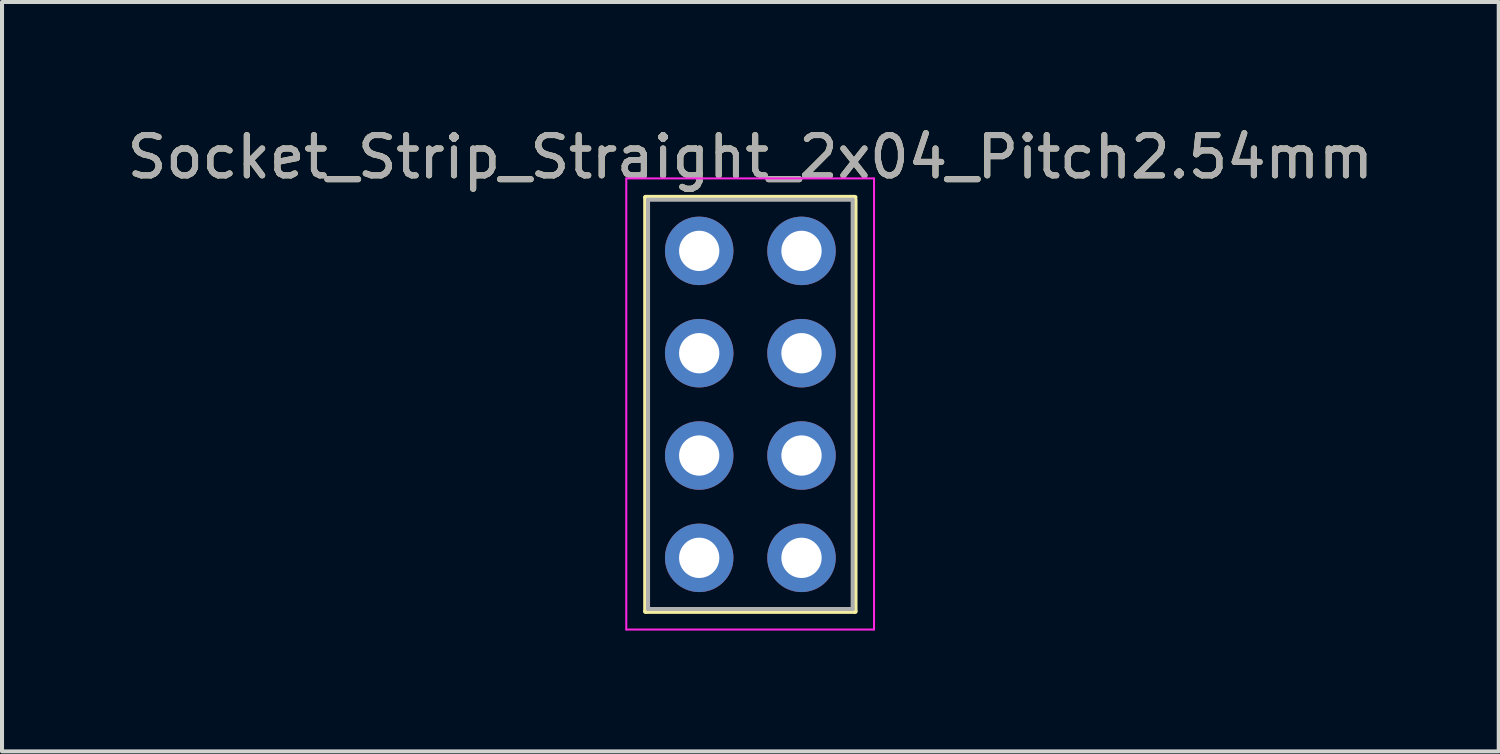
<source format=kicad_pcb>
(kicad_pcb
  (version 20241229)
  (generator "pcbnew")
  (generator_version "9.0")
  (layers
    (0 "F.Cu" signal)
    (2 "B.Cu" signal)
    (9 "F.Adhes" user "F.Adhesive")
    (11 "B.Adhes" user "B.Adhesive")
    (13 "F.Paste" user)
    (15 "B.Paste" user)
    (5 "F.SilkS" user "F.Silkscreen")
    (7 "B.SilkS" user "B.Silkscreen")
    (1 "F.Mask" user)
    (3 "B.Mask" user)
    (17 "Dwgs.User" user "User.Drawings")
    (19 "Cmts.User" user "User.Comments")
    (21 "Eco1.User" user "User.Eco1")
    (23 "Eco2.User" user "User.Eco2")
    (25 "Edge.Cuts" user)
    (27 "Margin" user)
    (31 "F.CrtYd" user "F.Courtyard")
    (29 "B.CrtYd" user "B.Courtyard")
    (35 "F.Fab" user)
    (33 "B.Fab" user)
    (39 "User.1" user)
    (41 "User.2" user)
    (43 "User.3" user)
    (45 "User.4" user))
  (footprint "Socket_Strip_Straight_2x04_Pitch2.54mm"
    (layer "F.Cu")
    (at 16.847 3.178)
    (property "Reference" "Socket_Strip_Straight_2x04_Pitch2.54mm" (at -1.27 -2.33 0) (layer "F.SilkS") (effects (font (size 1 1) (thickness 0.15))))
    (attr through_hole)
    (fp_line (start -3.87 -1.33) (end 1.33 -1.33) (stroke (width 0.12) (type solid)) (layer "F.SilkS"))
    (fp_line (start -3.87 8.95) (end -3.87 -1.33) (stroke (width 0.12) (type solid)) (layer "F.SilkS"))
    (fp_line (start 1.33 -1.27) (end 1.33 8.95) (stroke (width 0.12) (type solid)) (layer "F.SilkS"))
    (fp_line (start 1.33 8.95) (end -3.87 8.95) (stroke (width 0.12) (type solid)) (layer "F.SilkS"))
    (fp_line (start -4.35 -1.8) (end -4.35 9.4) (stroke (width 0.05) (type solid)) (layer "F.CrtYd"))
    (fp_line (start -4.35 9.4) (end 1.8 9.4) (stroke (width 0.05) (type solid)) (layer "F.CrtYd"))
    (fp_line (start 1.8 -1.8) (end -4.35 -1.8) (stroke (width 0.05) (type solid)) (layer "F.CrtYd"))
    (fp_line (start 1.8 9.4) (end 1.8 -1.8) (stroke (width 0.05) (type solid)) (layer "F.CrtYd"))
    (fp_line (start -3.81 -1.27) (end -3.81 8.89) (stroke (width 0.1) (type solid)) (layer "F.Fab"))
    (fp_line (start -3.81 8.89) (end 1.27 8.89) (stroke (width 0.1) (type solid)) (layer "F.Fab"))
    (fp_line (start 1.27 -1.27) (end -3.81 -1.27) (stroke (width 0.1) (type solid)) (layer "F.Fab"))
    (fp_line (start 1.27 8.89) (end 1.27 -1.27) (stroke (width 0.1) (type solid)) (layer "F.Fab"))
    (fp_text user "${REFERENCE}" (at -1.27 -2.33 0) (layer "F.Fab") (effects (font (size 1 1) (thickness 0.15))))
    (pad "1" thru_hole oval (at 0 0) (size 1.7 1.7) (drill 1) (layers "*.Cu" "*.Mask"))
    (pad "2" thru_hole oval (at -2.54 0) (size 1.7 1.7) (drill 1) (layers "*.Cu" "*.Mask"))
    (pad "3" thru_hole oval (at 0 2.54) (size 1.7 1.7) (drill 1) (layers "*.Cu" "*.Mask"))
    (pad "4" thru_hole oval (at -2.54 2.54) (size 1.7 1.7) (drill 1) (layers "*.Cu" "*.Mask"))
    (pad "5" thru_hole oval (at 0 5.08) (size 1.7 1.7) (drill 1) (layers "*.Cu" "*.Mask"))
    (pad "6" thru_hole oval (at -2.54 5.08) (size 1.7 1.7) (drill 1) (layers "*.Cu" "*.Mask"))
    (pad "7" thru_hole oval (at 0 7.62) (size 1.7 1.7) (drill 1) (layers "*.Cu" "*.Mask"))
    (pad "8" thru_hole oval (at -2.54 7.62) (size 1.7 1.7) (drill 1) (layers "*.Cu" "*.Mask")))
  (gr_rect
    (start -3 -3)
    (end 34.155 15.603)
    (stroke (width 0.1) (type default))
    (fill no)
    (layer "Edge.Cuts")))
</source>
